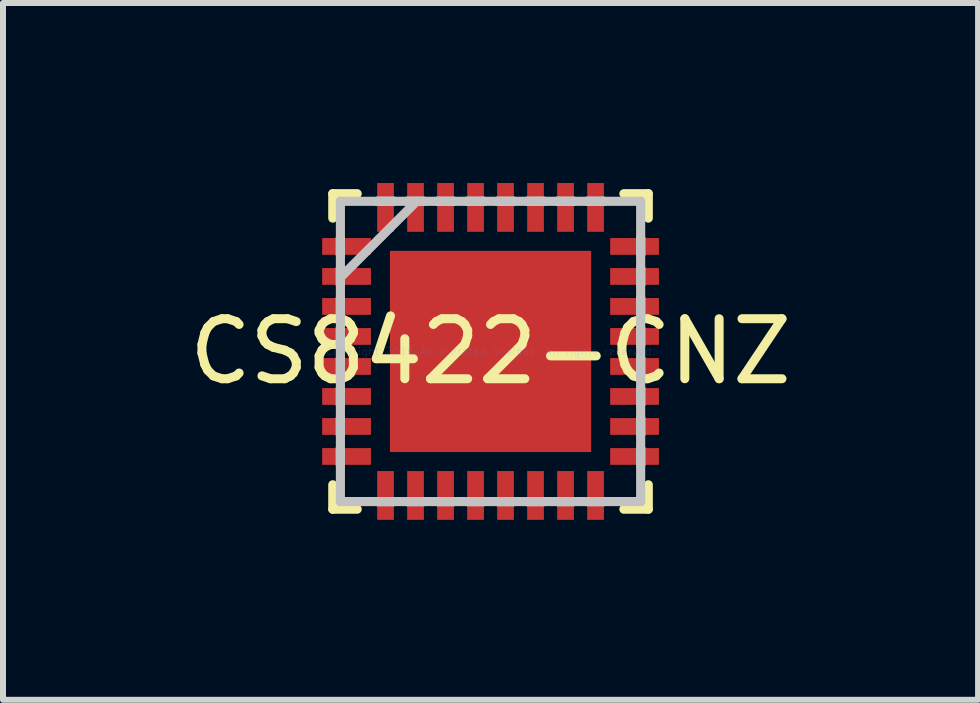
<source format=kicad_pcb>
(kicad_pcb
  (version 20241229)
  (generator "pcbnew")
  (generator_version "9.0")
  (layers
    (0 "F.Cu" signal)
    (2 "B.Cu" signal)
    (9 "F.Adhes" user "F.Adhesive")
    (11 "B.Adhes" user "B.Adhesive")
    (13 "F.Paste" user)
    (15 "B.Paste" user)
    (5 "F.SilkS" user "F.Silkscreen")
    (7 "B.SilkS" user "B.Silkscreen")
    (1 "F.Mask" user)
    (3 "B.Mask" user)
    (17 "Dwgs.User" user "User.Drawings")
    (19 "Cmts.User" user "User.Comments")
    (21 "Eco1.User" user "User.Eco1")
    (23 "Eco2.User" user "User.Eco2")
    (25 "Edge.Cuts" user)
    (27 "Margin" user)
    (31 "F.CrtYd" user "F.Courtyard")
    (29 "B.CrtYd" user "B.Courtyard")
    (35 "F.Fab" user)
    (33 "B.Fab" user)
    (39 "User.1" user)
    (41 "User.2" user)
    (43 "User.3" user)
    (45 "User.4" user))
  (footprint "CS8422-CNZ"
    (layer "F.Cu")
    (at 5.125 2.807)
    (property "Reference" "CS8422-CNZ" (at 0 0 0) (layer "F.SilkS") (effects (font (size 1 1) (thickness 0.15))))
    (attr through_hole)
    (fp_line (start -2.629 -2.629) (end -2.629 -2.222) (stroke (width 0.152) (type solid)) (layer "F.SilkS"))
    (fp_line (start -2.629 2.222) (end -2.629 2.629) (stroke (width 0.152) (type solid)) (layer "F.SilkS"))
    (fp_line (start -2.629 2.629) (end -2.222 2.629) (stroke (width 0.152) (type solid)) (layer "F.SilkS"))
    (fp_line (start -2.222 -2.629) (end -2.629 -2.629) (stroke (width 0.152) (type solid)) (layer "F.SilkS"))
    (fp_line (start 2.222 2.629) (end 2.629 2.629) (stroke (width 0.152) (type solid)) (layer "F.SilkS"))
    (fp_line (start 2.629 -2.629) (end 2.222 -2.629) (stroke (width 0.152) (type solid)) (layer "F.SilkS"))
    (fp_line (start 2.629 -2.222) (end 2.629 -2.629) (stroke (width 0.152) (type solid)) (layer "F.SilkS"))
    (fp_line (start 2.629 2.629) (end 2.629 2.222) (stroke (width 0.152) (type solid)) (layer "F.SilkS"))
    (fp_line (start -2.502 -2.502) (end -2.502 -2.502) (stroke (width 0.152) (type solid)) (layer "Dwgs.User"))
    (fp_line (start -2.502 -2.502) (end -2.502 2.502) (stroke (width 0.152) (type solid)) (layer "Dwgs.User"))
    (fp_line (start -2.502 -1.89) (end -2.502 -1.89) (stroke (width 0.152) (type solid)) (layer "Dwgs.User"))
    (fp_line (start -2.502 -1.89) (end -2.502 -1.61) (stroke (width 0.152) (type solid)) (layer "Dwgs.User"))
    (fp_line (start -2.502 -1.61) (end -2.502 -1.89) (stroke (width 0.152) (type solid)) (layer "Dwgs.User"))
    (fp_line (start -2.502 -1.61) (end -2.502 -1.61) (stroke (width 0.152) (type solid)) (layer "Dwgs.User"))
    (fp_line (start -2.502 -1.39) (end -2.502 -1.39) (stroke (width 0.152) (type solid)) (layer "Dwgs.User"))
    (fp_line (start -2.502 -1.39) (end -2.502 -1.11) (stroke (width 0.152) (type solid)) (layer "Dwgs.User"))
    (fp_line (start -2.502 -1.232) (end -1.232 -2.502) (stroke (width 0.152) (type solid)) (layer "Dwgs.User"))
    (fp_line (start -2.502 -1.11) (end -2.502 -1.39) (stroke (width 0.152) (type solid)) (layer "Dwgs.User"))
    (fp_line (start -2.502 -1.11) (end -2.502 -1.11) (stroke (width 0.152) (type solid)) (layer "Dwgs.User"))
    (fp_line (start -2.502 -0.89) (end -2.502 -0.89) (stroke (width 0.152) (type solid)) (layer "Dwgs.User"))
    (fp_line (start -2.502 -0.89) (end -2.502 -0.61) (stroke (width 0.152) (type solid)) (layer "Dwgs.User"))
    (fp_line (start -2.502 -0.61) (end -2.502 -0.89) (stroke (width 0.152) (type solid)) (layer "Dwgs.User"))
    (fp_line (start -2.502 -0.61) (end -2.502 -0.61) (stroke (width 0.152) (type solid)) (layer "Dwgs.User"))
    (fp_line (start -2.502 -0.39) (end -2.502 -0.39) (stroke (width 0.152) (type solid)) (layer "Dwgs.User"))
    (fp_line (start -2.502 -0.39) (end -2.502 -0.11) (stroke (width 0.152) (type solid)) (layer "Dwgs.User"))
    (fp_line (start -2.502 -0.11) (end -2.502 -0.39) (stroke (width 0.152) (type solid)) (layer "Dwgs.User"))
    (fp_line (start -2.502 -0.11) (end -2.502 -0.11) (stroke (width 0.152) (type solid)) (layer "Dwgs.User"))
    (fp_line (start -2.502 0.11) (end -2.502 0.11) (stroke (width 0.152) (type solid)) (layer "Dwgs.User"))
    (fp_line (start -2.502 0.11) (end -2.502 0.39) (stroke (width 0.152) (type solid)) (layer "Dwgs.User"))
    (fp_line (start -2.502 0.39) (end -2.502 0.11) (stroke (width 0.152) (type solid)) (layer "Dwgs.User"))
    (fp_line (start -2.502 0.39) (end -2.502 0.39) (stroke (width 0.152) (type solid)) (layer "Dwgs.User"))
    (fp_line (start -2.502 0.61) (end -2.502 0.61) (stroke (width 0.152) (type solid)) (layer "Dwgs.User"))
    (fp_line (start -2.502 0.61) (end -2.502 0.89) (stroke (width 0.152) (type solid)) (layer "Dwgs.User"))
    (fp_line (start -2.502 0.89) (end -2.502 0.61) (stroke (width 0.152) (type solid)) (layer "Dwgs.User"))
    (fp_line (start -2.502 0.89) (end -2.502 0.89) (stroke (width 0.152) (type solid)) (layer "Dwgs.User"))
    (fp_line (start -2.502 1.11) (end -2.502 1.11) (stroke (width 0.152) (type solid)) (layer "Dwgs.User"))
    (fp_line (start -2.502 1.11) (end -2.502 1.39) (stroke (width 0.152) (type solid)) (layer "Dwgs.User"))
    (fp_line (start -2.502 1.39) (end -2.502 1.11) (stroke (width 0.152) (type solid)) (layer "Dwgs.User"))
    (fp_line (start -2.502 1.39) (end -2.502 1.39) (stroke (width 0.152) (type solid)) (layer "Dwgs.User"))
    (fp_line (start -2.502 1.61) (end -2.502 1.61) (stroke (width 0.152) (type solid)) (layer "Dwgs.User"))
    (fp_line (start -2.502 1.61) (end -2.502 1.89) (stroke (width 0.152) (type solid)) (layer "Dwgs.User"))
    (fp_line (start -2.502 1.89) (end -2.502 1.61) (stroke (width 0.152) (type solid)) (layer "Dwgs.User"))
    (fp_line (start -2.502 1.89) (end -2.502 1.89) (stroke (width 0.152) (type solid)) (layer "Dwgs.User"))
    (fp_line (start -2.502 2.502) (end -2.502 2.502) (stroke (width 0.152) (type solid)) (layer "Dwgs.User"))
    (fp_line (start -2.502 2.502) (end 2.502 2.502) (stroke (width 0.152) (type solid)) (layer "Dwgs.User"))
    (fp_line (start -1.89 -2.502) (end -1.89 -2.502) (stroke (width 0.152) (type solid)) (layer "Dwgs.User"))
    (fp_line (start -1.89 -2.502) (end -1.61 -2.502) (stroke (width 0.152) (type solid)) (layer "Dwgs.User"))
    (fp_line (start -1.89 2.502) (end -1.89 2.502) (stroke (width 0.152) (type solid)) (layer "Dwgs.User"))
    (fp_line (start -1.89 2.502) (end -1.61 2.502) (stroke (width 0.152) (type solid)) (layer "Dwgs.User"))
    (fp_line (start -1.61 -2.502) (end -1.89 -2.502) (stroke (width 0.152) (type solid)) (layer "Dwgs.User"))
    (fp_line (start -1.61 -2.502) (end -1.61 -2.502) (stroke (width 0.152) (type solid)) (layer "Dwgs.User"))
    (fp_line (start -1.61 2.502) (end -1.89 2.502) (stroke (width 0.152) (type solid)) (layer "Dwgs.User"))
    (fp_line (start -1.61 2.502) (end -1.61 2.502) (stroke (width 0.152) (type solid)) (layer "Dwgs.User"))
    (fp_line (start -1.39 -2.502) (end -1.39 -2.502) (stroke (width 0.152) (type solid)) (layer "Dwgs.User"))
    (fp_line (start -1.39 -2.502) (end -1.11 -2.502) (stroke (width 0.152) (type solid)) (layer "Dwgs.User"))
    (fp_line (start -1.39 2.502) (end -1.39 2.502) (stroke (width 0.152) (type solid)) (layer "Dwgs.User"))
    (fp_line (start -1.39 2.502) (end -1.11 2.502) (stroke (width 0.152) (type solid)) (layer "Dwgs.User"))
    (fp_line (start -1.11 -2.502) (end -1.39 -2.502) (stroke (width 0.152) (type solid)) (layer "Dwgs.User"))
    (fp_line (start -1.11 -2.502) (end -1.11 -2.502) (stroke (width 0.152) (type solid)) (layer "Dwgs.User"))
    (fp_line (start -1.11 2.502) (end -1.39 2.502) (stroke (width 0.152) (type solid)) (layer "Dwgs.User"))
    (fp_line (start -1.11 2.502) (end -1.11 2.502) (stroke (width 0.152) (type solid)) (layer "Dwgs.User"))
    (fp_line (start -0.89 -2.502) (end -0.89 -2.502) (stroke (width 0.152) (type solid)) (layer "Dwgs.User"))
    (fp_line (start -0.89 -2.502) (end -0.61 -2.502) (stroke (width 0.152) (type solid)) (layer "Dwgs.User"))
    (fp_line (start -0.89 2.502) (end -0.89 2.502) (stroke (width 0.152) (type solid)) (layer "Dwgs.User"))
    (fp_line (start -0.89 2.502) (end -0.61 2.502) (stroke (width 0.152) (type solid)) (layer "Dwgs.User"))
    (fp_line (start -0.61 -2.502) (end -0.89 -2.502) (stroke (width 0.152) (type solid)) (layer "Dwgs.User"))
    (fp_line (start -0.61 -2.502) (end -0.61 -2.502) (stroke (width 0.152) (type solid)) (layer "Dwgs.User"))
    (fp_line (start -0.61 2.502) (end -0.89 2.502) (stroke (width 0.152) (type solid)) (layer "Dwgs.User"))
    (fp_line (start -0.61 2.502) (end -0.61 2.502) (stroke (width 0.152) (type solid)) (layer "Dwgs.User"))
    (fp_line (start -0.39 -2.502) (end -0.39 -2.502) (stroke (width 0.152) (type solid)) (layer "Dwgs.User"))
    (fp_line (start -0.39 -2.502) (end -0.11 -2.502) (stroke (width 0.152) (type solid)) (layer "Dwgs.User"))
    (fp_line (start -0.39 2.502) (end -0.39 2.502) (stroke (width 0.152) (type solid)) (layer "Dwgs.User"))
    (fp_line (start -0.39 2.502) (end -0.11 2.502) (stroke (width 0.152) (type solid)) (layer "Dwgs.User"))
    (fp_line (start -0.11 -2.502) (end -0.39 -2.502) (stroke (width 0.152) (type solid)) (layer "Dwgs.User"))
    (fp_line (start -0.11 -2.502) (end -0.11 -2.502) (stroke (width 0.152) (type solid)) (layer "Dwgs.User"))
    (fp_line (start -0.11 2.502) (end -0.39 2.502) (stroke (width 0.152) (type solid)) (layer "Dwgs.User"))
    (fp_line (start -0.11 2.502) (end -0.11 2.502) (stroke (width 0.152) (type solid)) (layer "Dwgs.User"))
    (fp_line (start 0.11 -2.502) (end 0.11 -2.502) (stroke (width 0.152) (type solid)) (layer "Dwgs.User"))
    (fp_line (start 0.11 -2.502) (end 0.39 -2.502) (stroke (width 0.152) (type solid)) (layer "Dwgs.User"))
    (fp_line (start 0.11 2.502) (end 0.11 2.502) (stroke (width 0.152) (type solid)) (layer "Dwgs.User"))
    (fp_line (start 0.11 2.502) (end 0.39 2.502) (stroke (width 0.152) (type solid)) (layer "Dwgs.User"))
    (fp_line (start 0.39 -2.502) (end 0.11 -2.502) (stroke (width 0.152) (type solid)) (layer "Dwgs.User"))
    (fp_line (start 0.39 -2.502) (end 0.39 -2.502) (stroke (width 0.152) (type solid)) (layer "Dwgs.User"))
    (fp_line (start 0.39 2.502) (end 0.11 2.502) (stroke (width 0.152) (type solid)) (layer "Dwgs.User"))
    (fp_line (start 0.39 2.502) (end 0.39 2.502) (stroke (width 0.152) (type solid)) (layer "Dwgs.User"))
    (fp_line (start 0.61 -2.502) (end 0.61 -2.502) (stroke (width 0.152) (type solid)) (layer "Dwgs.User"))
    (fp_line (start 0.61 -2.502) (end 0.89 -2.502) (stroke (width 0.152) (type solid)) (layer "Dwgs.User"))
    (fp_line (start 0.61 2.502) (end 0.61 2.502) (stroke (width 0.152) (type solid)) (layer "Dwgs.User"))
    (fp_line (start 0.61 2.502) (end 0.89 2.502) (stroke (width 0.152) (type solid)) (layer "Dwgs.User"))
    (fp_line (start 0.89 -2.502) (end 0.61 -2.502) (stroke (width 0.152) (type solid)) (layer "Dwgs.User"))
    (fp_line (start 0.89 -2.502) (end 0.89 -2.502) (stroke (width 0.152) (type solid)) (layer "Dwgs.User"))
    (fp_line (start 0.89 2.502) (end 0.61 2.502) (stroke (width 0.152) (type solid)) (layer "Dwgs.User"))
    (fp_line (start 0.89 2.502) (end 0.89 2.502) (stroke (width 0.152) (type solid)) (layer "Dwgs.User"))
    (fp_line (start 1.11 -2.502) (end 1.11 -2.502) (stroke (width 0.152) (type solid)) (layer "Dwgs.User"))
    (fp_line (start 1.11 -2.502) (end 1.39 -2.502) (stroke (width 0.152) (type solid)) (layer "Dwgs.User"))
    (fp_line (start 1.11 2.502) (end 1.11 2.502) (stroke (width 0.152) (type solid)) (layer "Dwgs.User"))
    (fp_line (start 1.11 2.502) (end 1.39 2.502) (stroke (width 0.152) (type solid)) (layer "Dwgs.User"))
    (fp_line (start 1.39 -2.502) (end 1.11 -2.502) (stroke (width 0.152) (type solid)) (layer "Dwgs.User"))
    (fp_line (start 1.39 -2.502) (end 1.39 -2.502) (stroke (width 0.152) (type solid)) (layer "Dwgs.User"))
    (fp_line (start 1.39 2.502) (end 1.11 2.502) (stroke (width 0.152) (type solid)) (layer "Dwgs.User"))
    (fp_line (start 1.39 2.502) (end 1.39 2.502) (stroke (width 0.152) (type solid)) (layer "Dwgs.User"))
    (fp_line (start 1.61 -2.502) (end 1.61 -2.502) (stroke (width 0.152) (type solid)) (layer "Dwgs.User"))
    (fp_line (start 1.61 -2.502) (end 1.89 -2.502) (stroke (width 0.152) (type solid)) (layer "Dwgs.User"))
    (fp_line (start 1.61 2.502) (end 1.61 2.502) (stroke (width 0.152) (type solid)) (layer "Dwgs.User"))
    (fp_line (start 1.61 2.502) (end 1.89 2.502) (stroke (width 0.152) (type solid)) (layer "Dwgs.User"))
    (fp_line (start 1.89 -2.502) (end 1.61 -2.502) (stroke (width 0.152) (type solid)) (layer "Dwgs.User"))
    (fp_line (start 1.89 -2.502) (end 1.89 -2.502) (stroke (width 0.152) (type solid)) (layer "Dwgs.User"))
    (fp_line (start 1.89 2.502) (end 1.61 2.502) (stroke (width 0.152) (type solid)) (layer "Dwgs.User"))
    (fp_line (start 1.89 2.502) (end 1.89 2.502) (stroke (width 0.152) (type solid)) (layer "Dwgs.User"))
    (fp_line (start 2.502 -2.502) (end -2.502 -2.502) (stroke (width 0.152) (type solid)) (layer "Dwgs.User"))
    (fp_line (start 2.502 -2.502) (end 2.502 -2.502) (stroke (width 0.152) (type solid)) (layer "Dwgs.User"))
    (fp_line (start 2.502 -1.89) (end 2.502 -1.89) (stroke (width 0.152) (type solid)) (layer "Dwgs.User"))
    (fp_line (start 2.502 -1.89) (end 2.502 -1.61) (stroke (width 0.152) (type solid)) (layer "Dwgs.User"))
    (fp_line (start 2.502 -1.61) (end 2.502 -1.89) (stroke (width 0.152) (type solid)) (layer "Dwgs.User"))
    (fp_line (start 2.502 -1.61) (end 2.502 -1.61) (stroke (width 0.152) (type solid)) (layer "Dwgs.User"))
    (fp_line (start 2.502 -1.39) (end 2.502 -1.39) (stroke (width 0.152) (type solid)) (layer "Dwgs.User"))
    (fp_line (start 2.502 -1.39) (end 2.502 -1.11) (stroke (width 0.152) (type solid)) (layer "Dwgs.User"))
    (fp_line (start 2.502 -1.11) (end 2.502 -1.39) (stroke (width 0.152) (type solid)) (layer "Dwgs.User"))
    (fp_line (start 2.502 -1.11) (end 2.502 -1.11) (stroke (width 0.152) (type solid)) (layer "Dwgs.User"))
    (fp_line (start 2.502 -0.89) (end 2.502 -0.89) (stroke (width 0.152) (type solid)) (layer "Dwgs.User"))
    (fp_line (start 2.502 -0.89) (end 2.502 -0.61) (stroke (width 0.152) (type solid)) (layer "Dwgs.User"))
    (fp_line (start 2.502 -0.61) (end 2.502 -0.89) (stroke (width 0.152) (type solid)) (layer "Dwgs.User"))
    (fp_line (start 2.502 -0.61) (end 2.502 -0.61) (stroke (width 0.152) (type solid)) (layer "Dwgs.User"))
    (fp_line (start 2.502 -0.39) (end 2.502 -0.39) (stroke (width 0.152) (type solid)) (layer "Dwgs.User"))
    (fp_line (start 2.502 -0.39) (end 2.502 -0.11) (stroke (width 0.152) (type solid)) (layer "Dwgs.User"))
    (fp_line (start 2.502 -0.11) (end 2.502 -0.39) (stroke (width 0.152) (type solid)) (layer "Dwgs.User"))
    (fp_line (start 2.502 -0.11) (end 2.502 -0.11) (stroke (width 0.152) (type solid)) (layer "Dwgs.User"))
    (fp_line (start 2.502 0.11) (end 2.502 0.11) (stroke (width 0.152) (type solid)) (layer "Dwgs.User"))
    (fp_line (start 2.502 0.11) (end 2.502 0.39) (stroke (width 0.152) (type solid)) (layer "Dwgs.User"))
    (fp_line (start 2.502 0.39) (end 2.502 0.11) (stroke (width 0.152) (type solid)) (layer "Dwgs.User"))
    (fp_line (start 2.502 0.39) (end 2.502 0.39) (stroke (width 0.152) (type solid)) (layer "Dwgs.User"))
    (fp_line (start 2.502 0.61) (end 2.502 0.61) (stroke (width 0.152) (type solid)) (layer "Dwgs.User"))
    (fp_line (start 2.502 0.61) (end 2.502 0.89) (stroke (width 0.152) (type solid)) (layer "Dwgs.User"))
    (fp_line (start 2.502 0.89) (end 2.502 0.61) (stroke (width 0.152) (type solid)) (layer "Dwgs.User"))
    (fp_line (start 2.502 0.89) (end 2.502 0.89) (stroke (width 0.152) (type solid)) (layer "Dwgs.User"))
    (fp_line (start 2.502 1.11) (end 2.502 1.11) (stroke (width 0.152) (type solid)) (layer "Dwgs.User"))
    (fp_line (start 2.502 1.11) (end 2.502 1.39) (stroke (width 0.152) (type solid)) (layer "Dwgs.User"))
    (fp_line (start 2.502 1.39) (end 2.502 1.11) (stroke (width 0.152) (type solid)) (layer "Dwgs.User"))
    (fp_line (start 2.502 1.39) (end 2.502 1.39) (stroke (width 0.152) (type solid)) (layer "Dwgs.User"))
    (fp_line (start 2.502 1.61) (end 2.502 1.61) (stroke (width 0.152) (type solid)) (layer "Dwgs.User"))
    (fp_line (start 2.502 1.61) (end 2.502 1.89) (stroke (width 0.152) (type solid)) (layer "Dwgs.User"))
    (fp_line (start 2.502 1.89) (end 2.502 1.61) (stroke (width 0.152) (type solid)) (layer "Dwgs.User"))
    (fp_line (start 2.502 1.89) (end 2.502 1.89) (stroke (width 0.152) (type solid)) (layer "Dwgs.User"))
    (fp_line (start 2.502 2.502) (end 2.502 -2.502) (stroke (width 0.152) (type solid)) (layer "Dwgs.User"))
    (fp_line (start 2.502 2.502) (end 2.502 2.502) (stroke (width 0.152) (type solid)) (layer "Dwgs.User"))
    (fp_text user "Copyright 2016 Accelerated Designs. All rights reserved." (at 0 0 0) (layer "Cmts.User") (effects (font (size 0.127 0.127) (thickness 0.002))))
    (pad "1" smd rect (at -2.4 -1.75 90) (size 0.279 0.813) (layers "F.Cu" "F.Mask" "F.Paste"))
    (pad "2" smd rect (at -2.4 -1.25 90) (size 0.279 0.813) (layers "F.Cu" "F.Mask" "F.Paste"))
    (pad "3" smd rect (at -2.4 -0.75 90) (size 0.279 0.813) (layers "F.Cu" "F.Mask" "F.Paste"))
    (pad "4" smd rect (at -2.4 -0.25 90) (size 0.279 0.813) (layers "F.Cu" "F.Mask" "F.Paste"))
    (pad "5" smd rect (at -2.4 0.25 90) (size 0.279 0.813) (layers "F.Cu" "F.Mask" "F.Paste"))
    (pad "6" smd rect (at -2.4 0.75 90) (size 0.279 0.813) (layers "F.Cu" "F.Mask" "F.Paste"))
    (pad "7" smd rect (at -2.4 1.25 90) (size 0.279 0.813) (layers "F.Cu" "F.Mask" "F.Paste"))
    (pad "8" smd rect (at -2.4 1.75 90) (size 0.279 0.813) (layers "F.Cu" "F.Mask" "F.Paste"))
    (pad "9" smd rect (at -1.75 2.4) (size 0.279 0.813) (layers "F.Cu" "F.Mask" "F.Paste"))
    (pad "10" smd rect (at -1.25 2.4) (size 0.279 0.813) (layers "F.Cu" "F.Mask" "F.Paste"))
    (pad "11" smd rect (at -0.75 2.4) (size 0.279 0.813) (layers "F.Cu" "F.Mask" "F.Paste"))
    (pad "12" smd rect (at -0.25 2.4) (size 0.279 0.813) (layers "F.Cu" "F.Mask" "F.Paste"))
    (pad "13" smd rect (at 0.25 2.4) (size 0.279 0.813) (layers "F.Cu" "F.Mask" "F.Paste"))
    (pad "14" smd rect (at 0.75 2.4) (size 0.279 0.813) (layers "F.Cu" "F.Mask" "F.Paste"))
    (pad "15" smd rect (at 1.25 2.4) (size 0.279 0.813) (layers "F.Cu" "F.Mask" "F.Paste"))
    (pad "16" smd rect (at 1.75 2.4) (size 0.279 0.813) (layers "F.Cu" "F.Mask" "F.Paste"))
    (pad "17" smd rect (at 2.4 1.75 90) (size 0.279 0.813) (layers "F.Cu" "F.Mask" "F.Paste"))
    (pad "18" smd rect (at 2.4 1.25 90) (size 0.279 0.813) (layers "F.Cu" "F.Mask" "F.Paste"))
    (pad "19" smd rect (at 2.4 0.75 90) (size 0.279 0.813) (layers "F.Cu" "F.Mask" "F.Paste"))
    (pad "20" smd rect (at 2.4 0.25 90) (size 0.279 0.813) (layers "F.Cu" "F.Mask" "F.Paste"))
    (pad "21" smd rect (at 2.4 -0.25 90) (size 0.279 0.813) (layers "F.Cu" "F.Mask" "F.Paste"))
    (pad "22" smd rect (at 2.4 -0.75 90) (size 0.279 0.813) (layers "F.Cu" "F.Mask" "F.Paste"))
    (pad "23" smd rect (at 2.4 -1.25 90) (size 0.279 0.813) (layers "F.Cu" "F.Mask" "F.Paste"))
    (pad "24" smd rect (at 2.4 -1.75 90) (size 0.279 0.813) (layers "F.Cu" "F.Mask" "F.Paste"))
    (pad "25" smd rect (at 1.75 -2.4) (size 0.279 0.813) (layers "F.Cu" "F.Mask" "F.Paste"))
    (pad "26" smd rect (at 1.25 -2.4) (size 0.279 0.813) (layers "F.Cu" "F.Mask" "F.Paste"))
    (pad "27" smd rect (at 0.75 -2.4) (size 0.279 0.813) (layers "F.Cu" "F.Mask" "F.Paste"))
    (pad "28" smd rect (at 0.25 -2.4) (size 0.279 0.813) (layers "F.Cu" "F.Mask" "F.Paste"))
    (pad "29" smd rect (at -0.25 -2.4) (size 0.279 0.813) (layers "F.Cu" "F.Mask" "F.Paste"))
    (pad "30" smd rect (at -0.75 -2.4) (size 0.279 0.813) (layers "F.Cu" "F.Mask" "F.Paste"))
    (pad "31" smd rect (at -1.25 -2.4) (size 0.279 0.813) (layers "F.Cu" "F.Mask" "F.Paste"))
    (pad "32" smd rect (at -1.75 -2.4) (size 0.279 0.813) (layers "F.Cu" "F.Mask" "F.Paste"))
    (pad "33" smd rect (at 0 0) (size 3.353 3.353) (layers "F.Cu" "F.Mask" "F.Paste")))
  (gr_rect
    (start -3 -3)
    (end 13.25 8.613)
    (stroke (width 0.1) (type default))
    (fill no)
    (layer "Edge.Cuts")))
</source>
